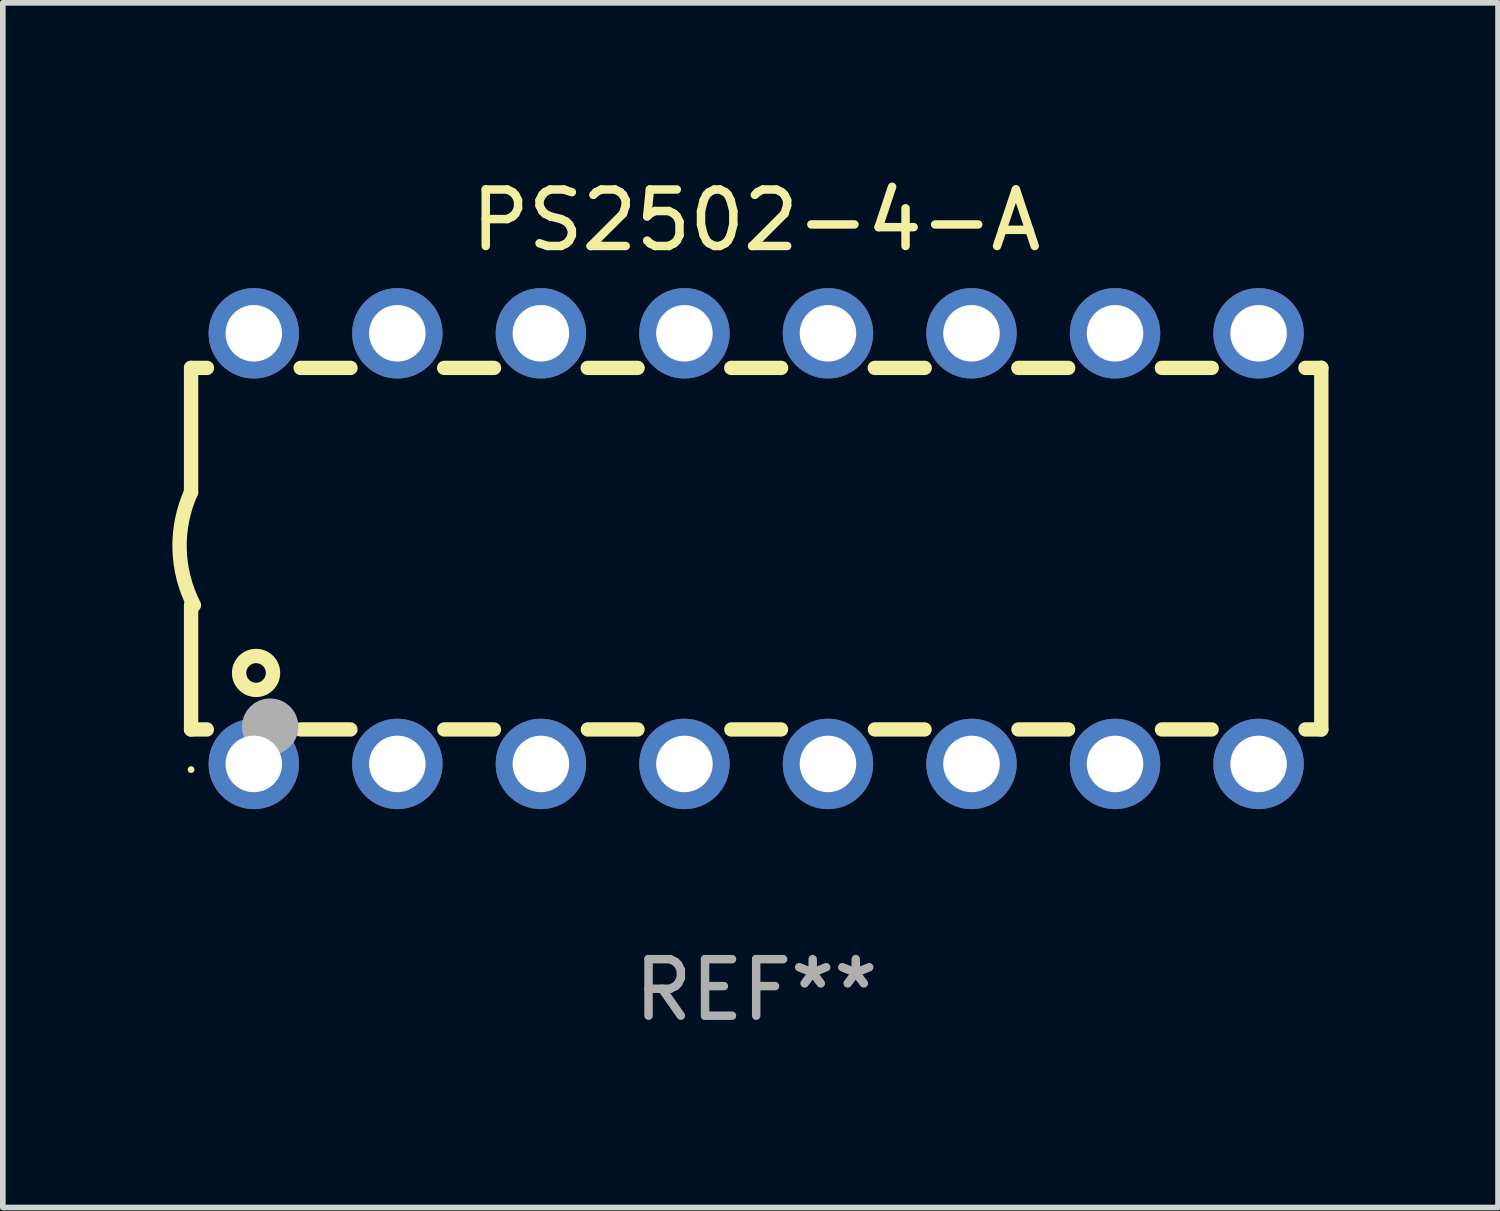
<source format=kicad_pcb>
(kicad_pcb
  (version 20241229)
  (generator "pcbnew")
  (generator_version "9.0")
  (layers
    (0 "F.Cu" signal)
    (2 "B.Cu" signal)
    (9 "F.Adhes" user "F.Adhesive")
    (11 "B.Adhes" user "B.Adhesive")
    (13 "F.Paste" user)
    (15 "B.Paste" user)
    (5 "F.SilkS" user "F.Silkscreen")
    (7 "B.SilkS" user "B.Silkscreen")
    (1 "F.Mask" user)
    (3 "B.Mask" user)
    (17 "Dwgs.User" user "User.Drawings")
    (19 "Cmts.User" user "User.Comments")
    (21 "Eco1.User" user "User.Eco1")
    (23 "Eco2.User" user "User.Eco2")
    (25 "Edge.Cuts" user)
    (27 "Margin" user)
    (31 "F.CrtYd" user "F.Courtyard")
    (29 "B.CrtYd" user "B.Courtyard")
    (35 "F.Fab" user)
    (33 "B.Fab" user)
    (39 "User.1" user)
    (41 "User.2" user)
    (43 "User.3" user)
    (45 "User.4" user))
  (footprint "PS2502-4-A"
    (layer "F.Cu")
    (at 10.331 6.658)
    (property "Reference" "PS2502-4-A" (at 0 -5.81 0) (layer "F.SilkS") (effects (font (size 1 1) (thickness 0.15))))
    (attr through_hole)
    (fp_line (start -10 -3.198) (end -9.719 -3.198) (stroke (width 0.254) (type solid)) (layer "F.SilkS"))
    (fp_line (start -10 -0.998) (end -10 -3.198) (stroke (width 0.254) (type solid)) (layer "F.SilkS"))
    (fp_line (start -10 3.2) (end -10 1) (stroke (width 0.254) (type solid)) (layer "F.SilkS"))
    (fp_line (start -10 3.2) (end -9.721 3.2) (stroke (width 0.254) (type solid)) (layer "F.SilkS"))
    (fp_line (start -8.061 -3.198) (end -7.179 -3.198) (stroke (width 0.254) (type solid)) (layer "F.SilkS"))
    (fp_line (start -8.059 3.2) (end -7.181 3.2) (stroke (width 0.254) (type solid)) (layer "F.SilkS"))
    (fp_line (start -5.521 -3.198) (end -4.639 -3.198) (stroke (width 0.254) (type solid)) (layer "F.SilkS"))
    (fp_line (start -5.519 3.2) (end -4.641 3.2) (stroke (width 0.254) (type solid)) (layer "F.SilkS"))
    (fp_line (start -2.981 -3.198) (end -2.099 -3.198) (stroke (width 0.254) (type solid)) (layer "F.SilkS"))
    (fp_line (start -2.979 3.2) (end -2.101 3.2) (stroke (width 0.254) (type solid)) (layer "F.SilkS"))
    (fp_line (start -0.441 -3.198) (end 0.441 -3.198) (stroke (width 0.254) (type solid)) (layer "F.SilkS"))
    (fp_line (start -0.439 3.2) (end 0.439 3.2) (stroke (width 0.254) (type solid)) (layer "F.SilkS"))
    (fp_line (start 2.099 -3.198) (end 2.981 -3.198) (stroke (width 0.254) (type solid)) (layer "F.SilkS"))
    (fp_line (start 2.101 3.2) (end 2.979 3.2) (stroke (width 0.254) (type solid)) (layer "F.SilkS"))
    (fp_line (start 4.639 -3.198) (end 5.521 -3.198) (stroke (width 0.254) (type solid)) (layer "F.SilkS"))
    (fp_line (start 4.641 3.2) (end 5.519 3.2) (stroke (width 0.254) (type solid)) (layer "F.SilkS"))
    (fp_line (start 7.179 -3.198) (end 8.061 -3.198) (stroke (width 0.254) (type solid)) (layer "F.SilkS"))
    (fp_line (start 7.181 3.2) (end 8.059 3.2) (stroke (width 0.254) (type solid)) (layer "F.SilkS"))
    (fp_line (start 9.719 -3.198) (end 10 -3.198) (stroke (width 0.254) (type solid)) (layer "F.SilkS"))
    (fp_line (start 9.721 3.2) (end 10 3.2) (stroke (width 0.254) (type solid)) (layer "F.SilkS"))
    (fp_line (start 10 3.2) (end 10 -3.2) (stroke (width 0.254) (type solid)) (layer "F.SilkS"))
    (fp_arc (start -9.949962 1) (mid -10.203153 0.005709) (end -10 -1) (stroke (width 0.254001) (type solid)) (layer "F.SilkS"))
    (fp_circle (center -10 3.91) (end -9.97 3.91) (stroke (width 0.06) (type solid)) (fill no) (layer "F.SilkS"))
    (fp_circle (center -8.85 2.2) (end -8.55 2.2) (stroke (width 0.254) (type solid)) (fill no) (layer "F.SilkS"))
    (fp_circle (center -8.6 3.15) (end -8.35 3.15) (stroke (width 0.5) (type solid)) (fill no) (layer "F.Fab"))
    (fp_text user "REF**" (at 0 7.81 0) (layer "F.Fab") (effects (font (size 1 1) (thickness 0.15))))
    (pad "1" thru_hole circle (at -8.89 3.81) (size 1.6 1.6) (drill 1) (layers "*.Cu" "*.Mask"))
    (pad "2" thru_hole circle (at -6.35 3.81) (size 1.6 1.6) (drill 1) (layers "*.Cu" "*.Mask"))
    (pad "3" thru_hole circle (at -3.81 3.81) (size 1.6 1.6) (drill 1) (layers "*.Cu" "*.Mask"))
    (pad "4" thru_hole circle (at -1.27 3.81) (size 1.6 1.6) (drill 1) (layers "*.Cu" "*.Mask"))
    (pad "5" thru_hole circle (at 1.27 3.81) (size 1.6 1.6) (drill 1) (layers "*.Cu" "*.Mask"))
    (pad "6" thru_hole circle (at 3.81 3.81) (size 1.6 1.6) (drill 1) (layers "*.Cu" "*.Mask"))
    (pad "7" thru_hole circle (at 6.35 3.81) (size 1.6 1.6) (drill 1) (layers "*.Cu" "*.Mask"))
    (pad "8" thru_hole circle (at 8.89 3.81) (size 1.6 1.6) (drill 1) (layers "*.Cu" "*.Mask"))
    (pad "9" thru_hole circle (at 8.89 -3.81) (size 1.6 1.6) (drill 1) (layers "*.Cu" "*.Mask"))
    (pad "10" thru_hole circle (at 6.35 -3.81) (size 1.6 1.6) (drill 1) (layers "*.Cu" "*.Mask"))
    (pad "11" thru_hole circle (at 3.81 -3.81) (size 1.6 1.6) (drill 1) (layers "*.Cu" "*.Mask"))
    (pad "12" thru_hole circle (at 1.27 -3.81) (size 1.6 1.6) (drill 1) (layers "*.Cu" "*.Mask"))
    (pad "13" thru_hole circle (at -1.27 -3.81) (size 1.6 1.6) (drill 1) (layers "*.Cu" "*.Mask"))
    (pad "14" thru_hole circle (at -3.81 -3.81) (size 1.6 1.6) (drill 1) (layers "*.Cu" "*.Mask"))
    (pad "15" thru_hole circle (at -6.35 -3.81) (size 1.6 1.6) (drill 1) (layers "*.Cu" "*.Mask"))
    (pad "16" thru_hole circle (at -8.89 -3.81) (size 1.6 1.6) (drill 1) (layers "*.Cu" "*.Mask")))
  (gr_rect
    (start -3 -3)
    (end 23.458 18.317)
    (stroke (width 0.1) (type default))
    (fill no)
    (layer "Edge.Cuts")))
</source>
